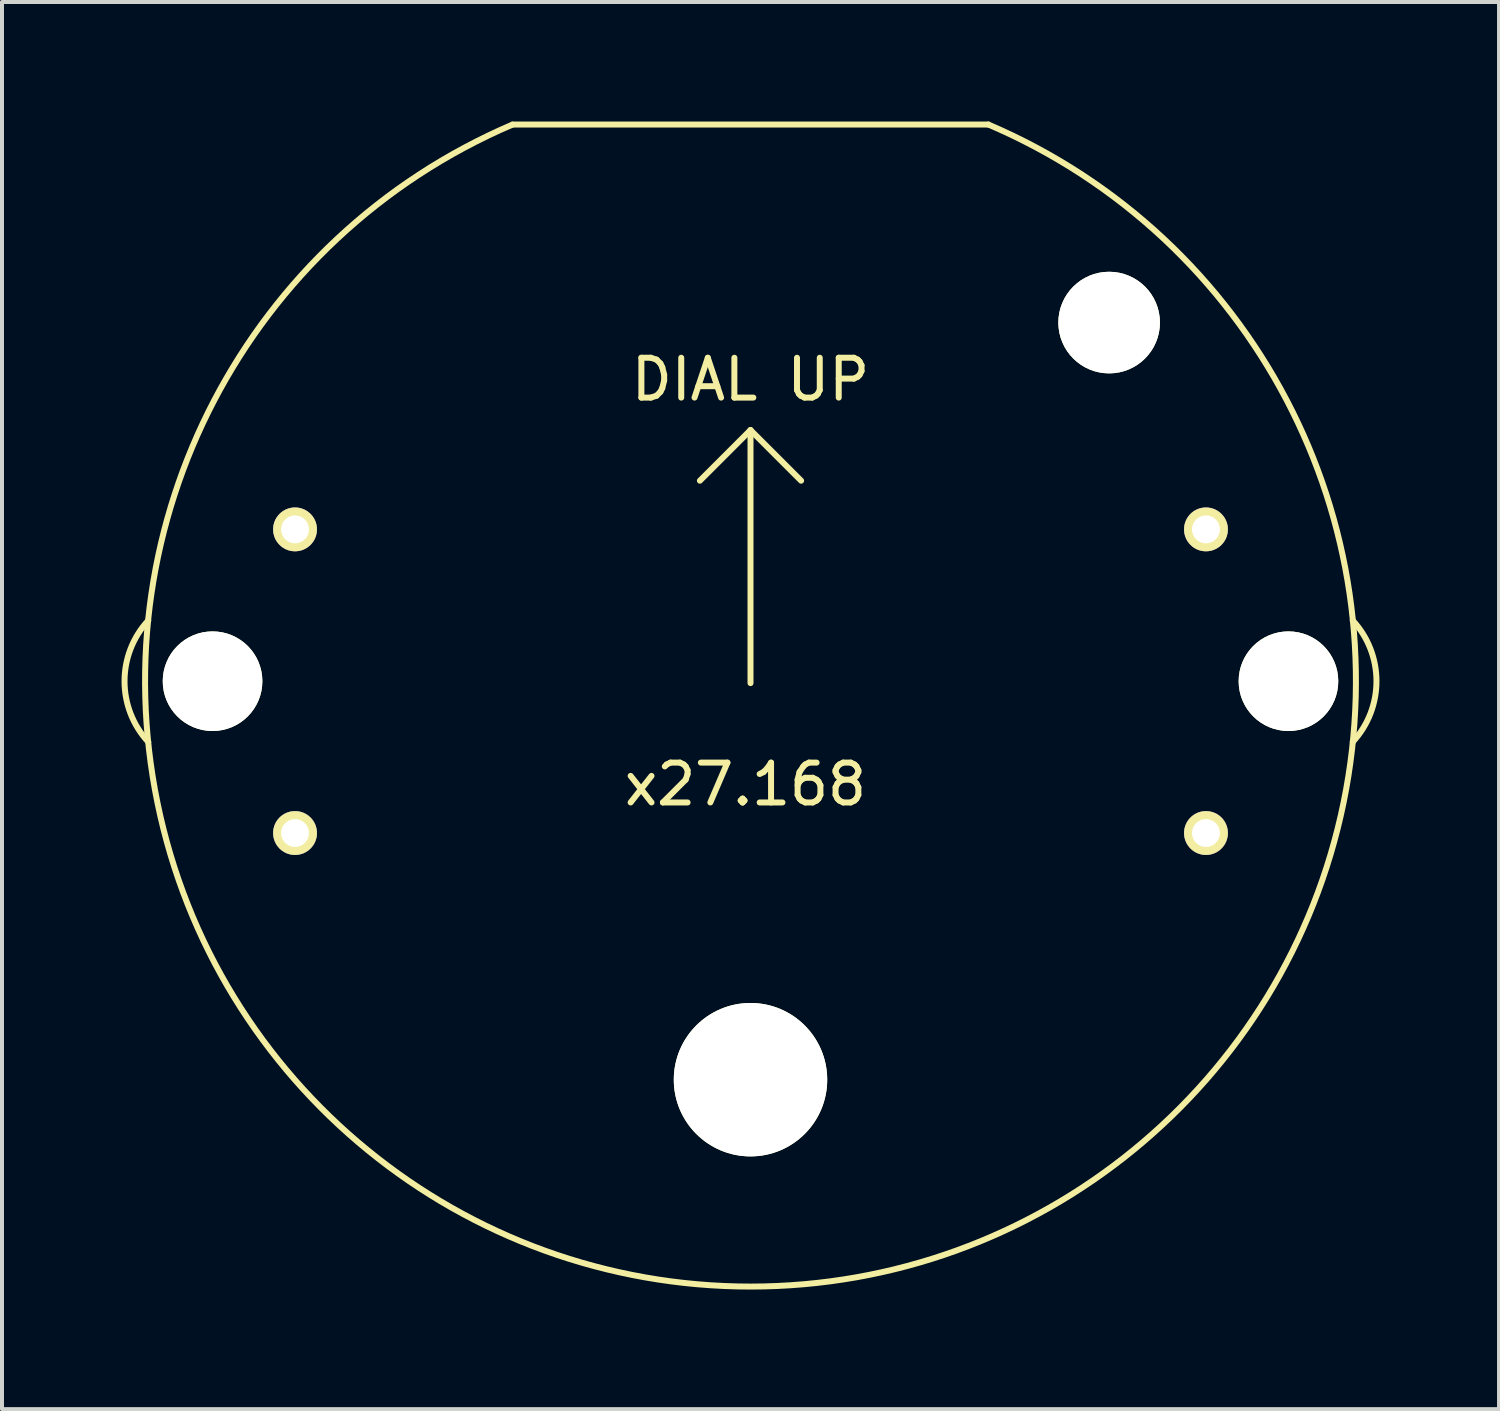
<source format=kicad_pcb>
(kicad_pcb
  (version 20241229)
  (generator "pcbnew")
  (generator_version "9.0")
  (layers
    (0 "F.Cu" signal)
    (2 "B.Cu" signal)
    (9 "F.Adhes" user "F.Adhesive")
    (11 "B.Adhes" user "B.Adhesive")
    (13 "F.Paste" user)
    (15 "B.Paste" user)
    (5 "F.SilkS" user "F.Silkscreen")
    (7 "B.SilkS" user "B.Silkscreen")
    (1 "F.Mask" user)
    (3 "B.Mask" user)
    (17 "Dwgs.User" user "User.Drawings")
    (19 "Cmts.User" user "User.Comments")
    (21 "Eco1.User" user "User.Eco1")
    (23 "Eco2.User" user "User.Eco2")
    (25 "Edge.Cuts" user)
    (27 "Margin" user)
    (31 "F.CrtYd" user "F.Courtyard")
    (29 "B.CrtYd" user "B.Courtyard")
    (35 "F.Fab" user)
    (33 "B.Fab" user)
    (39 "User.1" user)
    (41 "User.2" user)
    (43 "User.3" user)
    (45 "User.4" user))
  (footprint "x27.168"
    (layer "F.Cu")
    (at 15.784 14.045)
    (property "Reference" "x27.168" (at -0.127 2.588 180) (layer "F.SilkS") (effects (font (size 1 1) (thickness 0.15))))
    (attr through_hole)
    (fp_line (start 0 -6.302) (end -1.27 -5.032) (stroke (width 0.15) (type solid)) (layer "F.SilkS"))
    (fp_line (start 0 0.048) (end 0 -6.302) (stroke (width 0.15) (type solid)) (layer "F.SilkS"))
    (fp_line (start 1.27 -5.032) (end 0 -6.302) (stroke (width 0.15) (type solid)) (layer "F.SilkS"))
    (fp_line (start 5.969 -13.97) (end -5.969 -13.97) (stroke (width 0.15) (type solid)) (layer "F.SilkS"))
    (fp_arc (start -15.113 1.524) (mid -15.708859 0) (end -15.113 -1.524) (stroke (width 0.15) (type solid)) (layer "F.SilkS"))
    (fp_arc (start 5.969 -13.97) (mid 0.003792 15.191769) (end -5.975974 -13.967018) (stroke (width 0.15) (type solid)) (layer "F.SilkS"))
    (fp_arc (start 15.113 -1.524) (mid 15.708859 -0.000368) (end 15.113499 1.523459) (stroke (width 0.15) (type solid)) (layer "F.SilkS"))
    (fp_text user "DIAL UP" (at 0 -7.572 180) (layer "F.SilkS") (effects (font (size 1 1) (thickness 0.15))))
    (pad "" np_thru_hole circle (at -13.5 0 180) (size 2.5 2.5) (drill 2.5) (layers "*.Cu" "*.Mask" "F.SilkS"))
    (pad "" np_thru_hole circle (at 0 10 180) (size 3.85 3.85) (drill 3.85) (layers "*.Cu" "*.Mask" "F.SilkS"))
    (pad "" np_thru_hole circle (at 9 -9 180) (size 2.55 2.55) (drill 2.55) (layers "*.Cu" "*.Mask" "F.SilkS"))
    (pad "" np_thru_hole circle (at 13.5 0 180) (size 2.5 2.5) (drill 2.5) (layers "*.Cu" "*.Mask" "F.SilkS"))
    (pad "1A" thru_hole circle (at 11.43 3.81 180) (size 1.1 1.1) (drill 0.7) (layers "*.Cu" "*.Mask" "F.SilkS"))
    (pad "1B" thru_hole circle (at 11.43 -3.81 180) (size 1.1 1.1) (drill 0.7) (layers "*.Cu" "*.Mask" "F.SilkS"))
    (pad "2A" thru_hole circle (at -11.43 3.81 180) (size 1.1 1.1) (drill 0.7) (layers "*.Cu" "*.Mask" "F.SilkS"))
    (pad "2B" thru_hole circle (at -11.43 -3.81 180) (size 1.1 1.1) (drill 0.7) (layers "*.Cu" "*.Mask" "F.SilkS")))
  (gr_rect
    (start -3 -3)
    (end 34.568 32.312)
    (stroke (width 0.1) (type default))
    (fill no)
    (layer "Edge.Cuts")))
</source>
